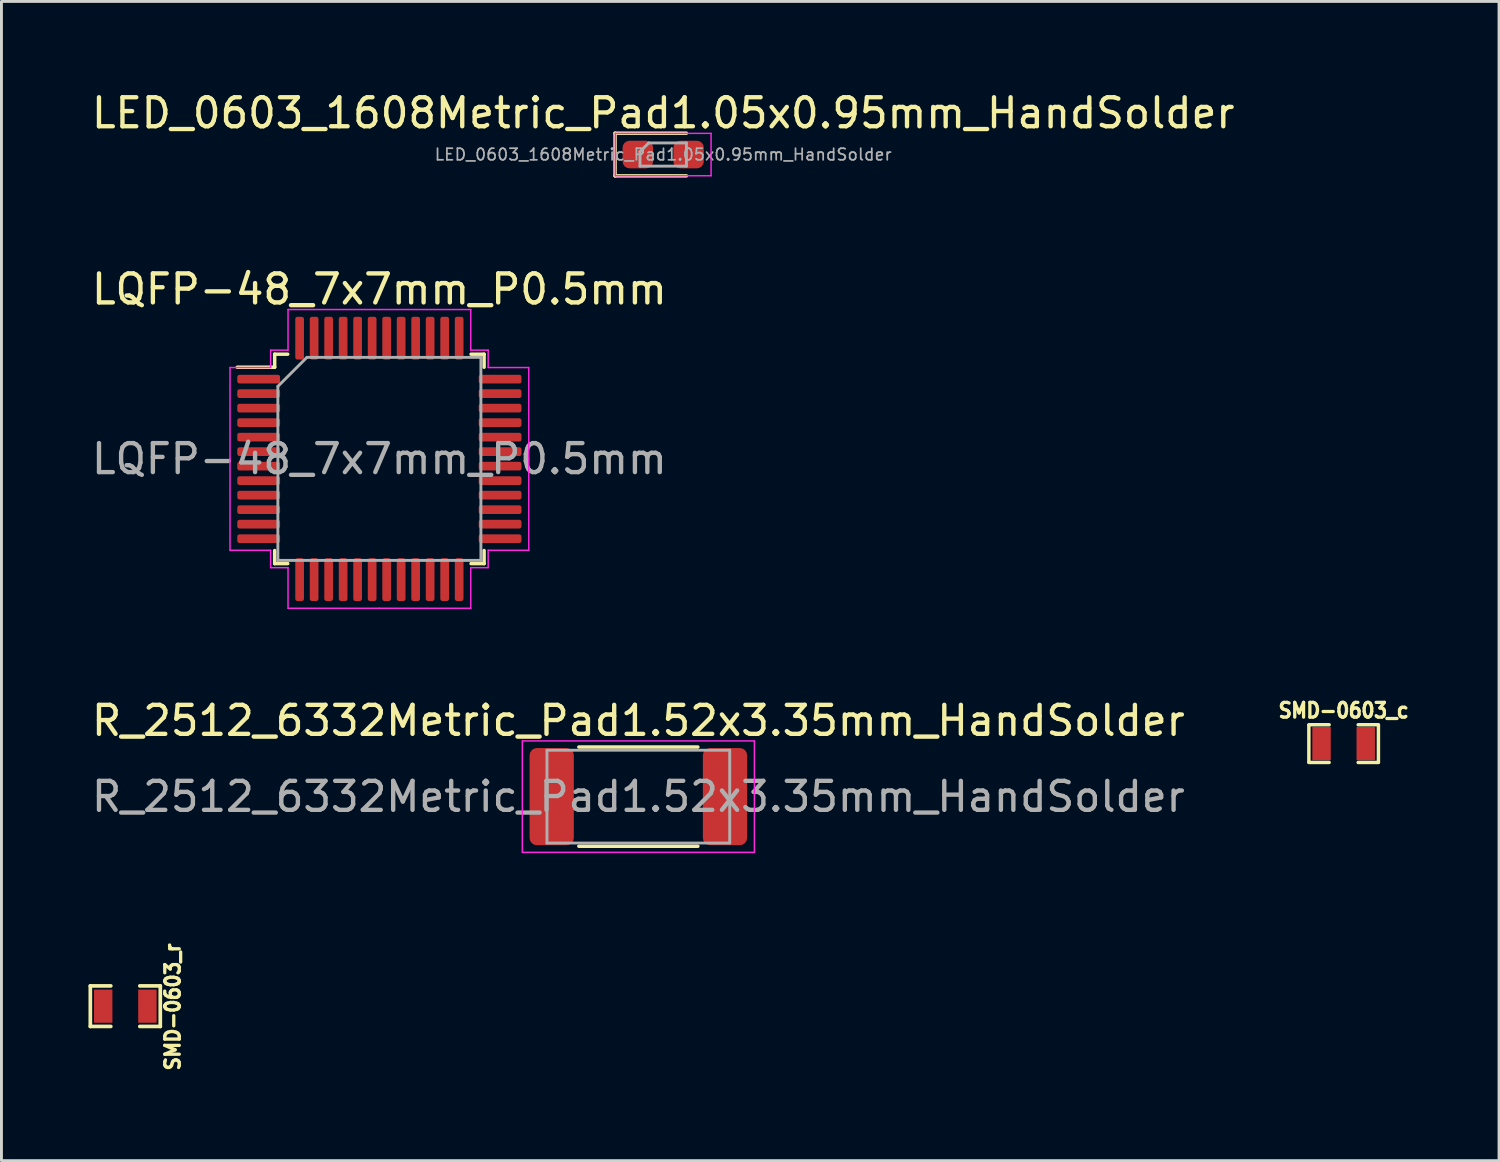
<source format=kicad_pcb>
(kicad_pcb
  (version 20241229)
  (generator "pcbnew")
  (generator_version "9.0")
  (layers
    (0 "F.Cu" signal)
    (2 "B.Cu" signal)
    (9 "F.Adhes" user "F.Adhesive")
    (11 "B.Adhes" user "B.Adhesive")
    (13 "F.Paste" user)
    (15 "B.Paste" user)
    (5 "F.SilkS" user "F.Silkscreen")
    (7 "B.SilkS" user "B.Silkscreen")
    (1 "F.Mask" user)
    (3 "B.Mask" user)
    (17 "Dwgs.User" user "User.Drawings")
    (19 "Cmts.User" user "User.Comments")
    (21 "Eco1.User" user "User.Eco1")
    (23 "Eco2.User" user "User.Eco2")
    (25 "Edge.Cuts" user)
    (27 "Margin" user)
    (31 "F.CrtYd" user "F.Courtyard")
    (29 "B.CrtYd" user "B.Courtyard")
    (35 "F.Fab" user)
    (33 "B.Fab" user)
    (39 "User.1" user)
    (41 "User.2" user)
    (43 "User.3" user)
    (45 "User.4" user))
  (footprint "R_2512_6332Metric_Pad1.52x3.35mm_HandSolder"
    (layer "F.Cu")
    (at 18.958 24.415)
    (property "Reference" "R_2512_6332Metric_Pad1.52x3.35mm_HandSolder" (at 0 -2.62 0) (layer "F.SilkS") (effects (font (size 1 1) (thickness 0.15))))
    (attr smd)
    (fp_line (start -2.052 -1.71) (end 2.052 -1.71) (stroke (width 0.12) (type solid)) (layer "F.SilkS"))
    (fp_line (start -2.052 1.71) (end 2.052 1.71) (stroke (width 0.12) (type solid)) (layer "F.SilkS"))
    (fp_line (start -4 -1.92) (end 4 -1.92) (stroke (width 0.05) (type solid)) (layer "F.CrtYd"))
    (fp_line (start -4 1.92) (end -4 -1.92) (stroke (width 0.05) (type solid)) (layer "F.CrtYd"))
    (fp_line (start 4 -1.92) (end 4 1.92) (stroke (width 0.05) (type solid)) (layer "F.CrtYd"))
    (fp_line (start 4 1.92) (end -4 1.92) (stroke (width 0.05) (type solid)) (layer "F.CrtYd"))
    (fp_line (start -3.15 -1.6) (end 3.15 -1.6) (stroke (width 0.1) (type solid)) (layer "F.Fab"))
    (fp_line (start -3.15 1.6) (end -3.15 -1.6) (stroke (width 0.1) (type solid)) (layer "F.Fab"))
    (fp_line (start 3.15 -1.6) (end 3.15 1.6) (stroke (width 0.1) (type solid)) (layer "F.Fab"))
    (fp_line (start 3.15 1.6) (end -3.15 1.6) (stroke (width 0.1) (type solid)) (layer "F.Fab"))
    (fp_text user "${REFERENCE}" (at 0 0 0) (layer "F.Fab") (effects (font (size 1 1) (thickness 0.15))))
    (pad "1" smd roundrect (at -2.987 0) (size 1.525 3.35) (layers "F.Cu" "F.Mask" "F.Paste") (roundrect_rratio 0.164))
    (pad "2" smd roundrect (at 2.987 0) (size 1.525 3.35) (layers "F.Cu" "F.Mask" "F.Paste") (roundrect_rratio 0.164)))
  (footprint "SMD-0603_r"
    (layer "F.Cu")
    (at 1.27 31.639)
    (property "Reference" "SMD-0603_r" (at 1.635 0.024 90) (layer "F.SilkS") (effects (font (size 0.5 0.457) (thickness 0.114))))
    (attr smd)
    (fp_line (start -1.206 -0.699) (end -1.206 0.699) (stroke (width 0.127) (type solid)) (layer "F.SilkS"))
    (fp_line (start -1.206 0.699) (end -0.5 0.699) (stroke (width 0.127) (type solid)) (layer "F.SilkS"))
    (fp_line (start -0.5 -0.699) (end -1.206 -0.699) (stroke (width 0.127) (type solid)) (layer "F.SilkS"))
    (fp_line (start 1.206 -0.699) (end 0.5 -0.699) (stroke (width 0.127) (type solid)) (layer "F.SilkS"))
    (fp_line (start 1.206 -0.699) (end 1.206 0.699) (stroke (width 0.127) (type solid)) (layer "F.SilkS"))
    (fp_line (start 1.206 0.699) (end 0.5 0.699) (stroke (width 0.127) (type solid)) (layer "F.SilkS"))
    (pad "1" smd rect (at -0.762 0) (size 0.635 1.143) (layers "F.Cu" "F.Mask" "F.Paste"))
    (pad "2" smd rect (at 0.762 0) (size 0.635 1.143) (layers "F.Cu" "F.Mask" "F.Paste")))
  (footprint "LED_0603_1608Metric_Pad1.05x0.95mm_HandSolder"
    (layer "F.Cu")
    (at 19.815 2.278)
    (property "Reference" "LED_0603_1608Metric_Pad1.05x0.95mm_HandSolder" (at 0 -1.43 0) (layer "F.SilkS") (effects (font (size 1 1) (thickness 0.15))))
    (attr smd)
    (fp_line (start -1.66 -0.735) (end -1.66 0.735) (stroke (width 0.12) (type solid)) (layer "F.SilkS"))
    (fp_line (start -1.66 0.735) (end 0.8 0.735) (stroke (width 0.12) (type solid)) (layer "F.SilkS"))
    (fp_line (start 0.8 -0.735) (end -1.66 -0.735) (stroke (width 0.12) (type solid)) (layer "F.SilkS"))
    (fp_line (start -1.65 -0.73) (end 1.65 -0.73) (stroke (width 0.05) (type solid)) (layer "F.CrtYd"))
    (fp_line (start -1.65 0.73) (end -1.65 -0.73) (stroke (width 0.05) (type solid)) (layer "F.CrtYd"))
    (fp_line (start 1.65 -0.73) (end 1.65 0.73) (stroke (width 0.05) (type solid)) (layer "F.CrtYd"))
    (fp_line (start 1.65 0.73) (end -1.65 0.73) (stroke (width 0.05) (type solid)) (layer "F.CrtYd"))
    (fp_line (start -0.8 -0.1) (end -0.8 0.4) (stroke (width 0.1) (type solid)) (layer "F.Fab"))
    (fp_line (start -0.8 0.4) (end 0.8 0.4) (stroke (width 0.1) (type solid)) (layer "F.Fab"))
    (fp_line (start -0.5 -0.4) (end -0.8 -0.1) (stroke (width 0.1) (type solid)) (layer "F.Fab"))
    (fp_line (start 0.8 -0.4) (end -0.5 -0.4) (stroke (width 0.1) (type solid)) (layer "F.Fab"))
    (fp_line (start 0.8 0.4) (end 0.8 -0.4) (stroke (width 0.1) (type solid)) (layer "F.Fab"))
    (fp_text user "${REFERENCE}" (at 0 0 0) (layer "F.Fab") (effects (font (size 0.4 0.4) (thickness 0.06))))
    (pad "1" smd roundrect (at -0.875 0) (size 1.05 0.95) (layers "F.Cu" "F.Mask" "F.Paste") (roundrect_rratio 0.25))
    (pad "2" smd roundrect (at 0.875 0) (size 1.05 0.95) (layers "F.Cu" "F.Mask" "F.Paste") (roundrect_rratio 0.25)))
  (footprint "LQFP-48_7x7mm_P0.5mm"
    (layer "F.Cu")
    (at 10.03 12.771)
    (property "Reference" "LQFP-48_7x7mm_P0.5mm" (at 0 -5.85 0) (layer "F.SilkS") (effects (font (size 1 1) (thickness 0.15))))
    (attr smd)
    (fp_line (start -3.61 -3.61) (end -3.61 -3.16) (stroke (width 0.12) (type solid)) (layer "F.SilkS"))
    (fp_line (start -3.61 -3.16) (end -4.9 -3.16) (stroke (width 0.12) (type solid)) (layer "F.SilkS"))
    (fp_line (start -3.61 3.61) (end -3.61 3.16) (stroke (width 0.12) (type solid)) (layer "F.SilkS"))
    (fp_line (start -3.16 -3.61) (end -3.61 -3.61) (stroke (width 0.12) (type solid)) (layer "F.SilkS"))
    (fp_line (start -3.16 3.61) (end -3.61 3.61) (stroke (width 0.12) (type solid)) (layer "F.SilkS"))
    (fp_line (start 3.16 -3.61) (end 3.61 -3.61) (stroke (width 0.12) (type solid)) (layer "F.SilkS"))
    (fp_line (start 3.16 3.61) (end 3.61 3.61) (stroke (width 0.12) (type solid)) (layer "F.SilkS"))
    (fp_line (start 3.61 -3.61) (end 3.61 -3.16) (stroke (width 0.12) (type solid)) (layer "F.SilkS"))
    (fp_line (start 3.61 3.61) (end 3.61 3.16) (stroke (width 0.12) (type solid)) (layer "F.SilkS"))
    (fp_line (start -5.15 -3.15) (end -5.15 0) (stroke (width 0.05) (type solid)) (layer "F.CrtYd"))
    (fp_line (start -5.15 3.15) (end -5.15 0) (stroke (width 0.05) (type solid)) (layer "F.CrtYd"))
    (fp_line (start -3.75 -3.75) (end -3.75 -3.15) (stroke (width 0.05) (type solid)) (layer "F.CrtYd"))
    (fp_line (start -3.75 -3.15) (end -5.15 -3.15) (stroke (width 0.05) (type solid)) (layer "F.CrtYd"))
    (fp_line (start -3.75 3.15) (end -5.15 3.15) (stroke (width 0.05) (type solid)) (layer "F.CrtYd"))
    (fp_line (start -3.75 3.75) (end -3.75 3.15) (stroke (width 0.05) (type solid)) (layer "F.CrtYd"))
    (fp_line (start -3.15 -5.15) (end -3.15 -3.75) (stroke (width 0.05) (type solid)) (layer "F.CrtYd"))
    (fp_line (start -3.15 -3.75) (end -3.75 -3.75) (stroke (width 0.05) (type solid)) (layer "F.CrtYd"))
    (fp_line (start -3.15 3.75) (end -3.75 3.75) (stroke (width 0.05) (type solid)) (layer "F.CrtYd"))
    (fp_line (start -3.15 5.15) (end -3.15 3.75) (stroke (width 0.05) (type solid)) (layer "F.CrtYd"))
    (fp_line (start 0 -5.15) (end -3.15 -5.15) (stroke (width 0.05) (type solid)) (layer "F.CrtYd"))
    (fp_line (start 0 -5.15) (end 3.15 -5.15) (stroke (width 0.05) (type solid)) (layer "F.CrtYd"))
    (fp_line (start 0 5.15) (end -3.15 5.15) (stroke (width 0.05) (type solid)) (layer "F.CrtYd"))
    (fp_line (start 0 5.15) (end 3.15 5.15) (stroke (width 0.05) (type solid)) (layer "F.CrtYd"))
    (fp_line (start 3.15 -5.15) (end 3.15 -3.75) (stroke (width 0.05) (type solid)) (layer "F.CrtYd"))
    (fp_line (start 3.15 -3.75) (end 3.75 -3.75) (stroke (width 0.05) (type solid)) (layer "F.CrtYd"))
    (fp_line (start 3.15 3.75) (end 3.75 3.75) (stroke (width 0.05) (type solid)) (layer "F.CrtYd"))
    (fp_line (start 3.15 5.15) (end 3.15 3.75) (stroke (width 0.05) (type solid)) (layer "F.CrtYd"))
    (fp_line (start 3.75 -3.75) (end 3.75 -3.15) (stroke (width 0.05) (type solid)) (layer "F.CrtYd"))
    (fp_line (start 3.75 -3.15) (end 5.15 -3.15) (stroke (width 0.05) (type solid)) (layer "F.CrtYd"))
    (fp_line (start 3.75 3.15) (end 5.15 3.15) (stroke (width 0.05) (type solid)) (layer "F.CrtYd"))
    (fp_line (start 3.75 3.75) (end 3.75 3.15) (stroke (width 0.05) (type solid)) (layer "F.CrtYd"))
    (fp_line (start 5.15 -3.15) (end 5.15 0) (stroke (width 0.05) (type solid)) (layer "F.CrtYd"))
    (fp_line (start 5.15 3.15) (end 5.15 0) (stroke (width 0.05) (type solid)) (layer "F.CrtYd"))
    (fp_line (start -3.5 -2.5) (end -2.5 -3.5) (stroke (width 0.1) (type solid)) (layer "F.Fab"))
    (fp_line (start -3.5 3.5) (end -3.5 -2.5) (stroke (width 0.1) (type solid)) (layer "F.Fab"))
    (fp_line (start -2.5 -3.5) (end 3.5 -3.5) (stroke (width 0.1) (type solid)) (layer "F.Fab"))
    (fp_line (start 3.5 -3.5) (end 3.5 3.5) (stroke (width 0.1) (type solid)) (layer "F.Fab"))
    (fp_line (start 3.5 3.5) (end -3.5 3.5) (stroke (width 0.1) (type solid)) (layer "F.Fab"))
    (fp_text user "${REFERENCE}" (at 0 0 0) (layer "F.Fab") (effects (font (size 1 1) (thickness 0.15))))
    (pad "1" smd roundrect (at -4.162 -2.75) (size 1.475 0.3) (layers "F.Cu" "F.Mask" "F.Paste") (roundrect_rratio 0.25))
    (pad "2" smd roundrect (at -4.162 -2.25) (size 1.475 0.3) (layers "F.Cu" "F.Mask" "F.Paste") (roundrect_rratio 0.25))
    (pad "3" smd roundrect (at -4.162 -1.75) (size 1.475 0.3) (layers "F.Cu" "F.Mask" "F.Paste") (roundrect_rratio 0.25))
    (pad "4" smd roundrect (at -4.162 -1.25) (size 1.475 0.3) (layers "F.Cu" "F.Mask" "F.Paste") (roundrect_rratio 0.25))
    (pad "5" smd roundrect (at -4.162 -0.75) (size 1.475 0.3) (layers "F.Cu" "F.Mask" "F.Paste") (roundrect_rratio 0.25))
    (pad "6" smd roundrect (at -4.162 -0.25) (size 1.475 0.3) (layers "F.Cu" "F.Mask" "F.Paste") (roundrect_rratio 0.25))
    (pad "7" smd roundrect (at -4.162 0.25) (size 1.475 0.3) (layers "F.Cu" "F.Mask" "F.Paste") (roundrect_rratio 0.25))
    (pad "8" smd roundrect (at -4.162 0.75) (size 1.475 0.3) (layers "F.Cu" "F.Mask" "F.Paste") (roundrect_rratio 0.25))
    (pad "9" smd roundrect (at -4.162 1.25) (size 1.475 0.3) (layers "F.Cu" "F.Mask" "F.Paste") (roundrect_rratio 0.25))
    (pad "10" smd roundrect (at -4.162 1.75) (size 1.475 0.3) (layers "F.Cu" "F.Mask" "F.Paste") (roundrect_rratio 0.25))
    (pad "11" smd roundrect (at -4.162 2.25) (size 1.475 0.3) (layers "F.Cu" "F.Mask" "F.Paste") (roundrect_rratio 0.25))
    (pad "12" smd roundrect (at -4.162 2.75) (size 1.475 0.3) (layers "F.Cu" "F.Mask" "F.Paste") (roundrect_rratio 0.25))
    (pad "13" smd roundrect (at -2.75 4.162) (size 0.3 1.475) (layers "F.Cu" "F.Mask" "F.Paste") (roundrect_rratio 0.25))
    (pad "14" smd roundrect (at -2.25 4.162) (size 0.3 1.475) (layers "F.Cu" "F.Mask" "F.Paste") (roundrect_rratio 0.25))
    (pad "15" smd roundrect (at -1.75 4.162) (size 0.3 1.475) (layers "F.Cu" "F.Mask" "F.Paste") (roundrect_rratio 0.25))
    (pad "16" smd roundrect (at -1.25 4.162) (size 0.3 1.475) (layers "F.Cu" "F.Mask" "F.Paste") (roundrect_rratio 0.25))
    (pad "17" smd roundrect (at -0.75 4.162) (size 0.3 1.475) (layers "F.Cu" "F.Mask" "F.Paste") (roundrect_rratio 0.25))
    (pad "18" smd roundrect (at -0.25 4.162) (size 0.3 1.475) (layers "F.Cu" "F.Mask" "F.Paste") (roundrect_rratio 0.25))
    (pad "19" smd roundrect (at 0.25 4.162) (size 0.3 1.475) (layers "F.Cu" "F.Mask" "F.Paste") (roundrect_rratio 0.25))
    (pad "20" smd roundrect (at 0.75 4.162) (size 0.3 1.475) (layers "F.Cu" "F.Mask" "F.Paste") (roundrect_rratio 0.25))
    (pad "21" smd roundrect (at 1.25 4.162) (size 0.3 1.475) (layers "F.Cu" "F.Mask" "F.Paste") (roundrect_rratio 0.25))
    (pad "22" smd roundrect (at 1.75 4.162) (size 0.3 1.475) (layers "F.Cu" "F.Mask" "F.Paste") (roundrect_rratio 0.25))
    (pad "23" smd roundrect (at 2.25 4.162) (size 0.3 1.475) (layers "F.Cu" "F.Mask" "F.Paste") (roundrect_rratio 0.25))
    (pad "24" smd roundrect (at 2.75 4.162) (size 0.3 1.475) (layers "F.Cu" "F.Mask" "F.Paste") (roundrect_rratio 0.25))
    (pad "25" smd roundrect (at 4.162 2.75) (size 1.475 0.3) (layers "F.Cu" "F.Mask" "F.Paste") (roundrect_rratio 0.25))
    (pad "26" smd roundrect (at 4.162 2.25) (size 1.475 0.3) (layers "F.Cu" "F.Mask" "F.Paste") (roundrect_rratio 0.25))
    (pad "27" smd roundrect (at 4.162 1.75) (size 1.475 0.3) (layers "F.Cu" "F.Mask" "F.Paste") (roundrect_rratio 0.25))
    (pad "28" smd roundrect (at 4.162 1.25) (size 1.475 0.3) (layers "F.Cu" "F.Mask" "F.Paste") (roundrect_rratio 0.25))
    (pad "29" smd roundrect (at 4.162 0.75) (size 1.475 0.3) (layers "F.Cu" "F.Mask" "F.Paste") (roundrect_rratio 0.25))
    (pad "30" smd roundrect (at 4.162 0.25) (size 1.475 0.3) (layers "F.Cu" "F.Mask" "F.Paste") (roundrect_rratio 0.25))
    (pad "31" smd roundrect (at 4.162 -0.25) (size 1.475 0.3) (layers "F.Cu" "F.Mask" "F.Paste") (roundrect_rratio 0.25))
    (pad "32" smd roundrect (at 4.162 -0.75) (size 1.475 0.3) (layers "F.Cu" "F.Mask" "F.Paste") (roundrect_rratio 0.25))
    (pad "33" smd roundrect (at 4.162 -1.25) (size 1.475 0.3) (layers "F.Cu" "F.Mask" "F.Paste") (roundrect_rratio 0.25))
    (pad "34" smd roundrect (at 4.162 -1.75) (size 1.475 0.3) (layers "F.Cu" "F.Mask" "F.Paste") (roundrect_rratio 0.25))
    (pad "35" smd roundrect (at 4.162 -2.25) (size 1.475 0.3) (layers "F.Cu" "F.Mask" "F.Paste") (roundrect_rratio 0.25))
    (pad "36" smd roundrect (at 4.162 -2.75) (size 1.475 0.3) (layers "F.Cu" "F.Mask" "F.Paste") (roundrect_rratio 0.25))
    (pad "37" smd roundrect (at 2.75 -4.162) (size 0.3 1.475) (layers "F.Cu" "F.Mask" "F.Paste") (roundrect_rratio 0.25))
    (pad "38" smd roundrect (at 2.25 -4.162) (size 0.3 1.475) (layers "F.Cu" "F.Mask" "F.Paste") (roundrect_rratio 0.25))
    (pad "39" smd roundrect (at 1.75 -4.162) (size 0.3 1.475) (layers "F.Cu" "F.Mask" "F.Paste") (roundrect_rratio 0.25))
    (pad "40" smd roundrect (at 1.25 -4.162) (size 0.3 1.475) (layers "F.Cu" "F.Mask" "F.Paste") (roundrect_rratio 0.25))
    (pad "41" smd roundrect (at 0.75 -4.162) (size 0.3 1.475) (layers "F.Cu" "F.Mask" "F.Paste") (roundrect_rratio 0.25))
    (pad "42" smd roundrect (at 0.25 -4.162) (size 0.3 1.475) (layers "F.Cu" "F.Mask" "F.Paste") (roundrect_rratio 0.25))
    (pad "43" smd roundrect (at -0.25 -4.162) (size 0.3 1.475) (layers "F.Cu" "F.Mask" "F.Paste") (roundrect_rratio 0.25))
    (pad "44" smd roundrect (at -0.75 -4.162) (size 0.3 1.475) (layers "F.Cu" "F.Mask" "F.Paste") (roundrect_rratio 0.25))
    (pad "45" smd roundrect (at -1.25 -4.162) (size 0.3 1.475) (layers "F.Cu" "F.Mask" "F.Paste") (roundrect_rratio 0.25))
    (pad "46" smd roundrect (at -1.75 -4.162) (size 0.3 1.475) (layers "F.Cu" "F.Mask" "F.Paste") (roundrect_rratio 0.25))
    (pad "47" smd roundrect (at -2.25 -4.162) (size 0.3 1.475) (layers "F.Cu" "F.Mask" "F.Paste") (roundrect_rratio 0.25))
    (pad "48" smd roundrect (at -2.75 -4.162) (size 0.3 1.475) (layers "F.Cu" "F.Mask" "F.Paste") (roundrect_rratio 0.25)))
  (footprint "SMD-0603_c"
    (layer "F.Cu")
    (at 43.274 22.587)
    (property "Reference" "SMD-0603_c" (at 0 -1.143 0) (layer "F.SilkS") (effects (font (size 0.508 0.457) (thickness 0.114))))
    (attr smd)
    (fp_line (start -1.199 -0.65) (end -0.5 -0.65) (stroke (width 0.119) (type solid)) (layer "F.SilkS"))
    (fp_line (start -1.199 0.635) (end -1.199 -0.635) (stroke (width 0.119) (type solid)) (layer "F.SilkS"))
    (fp_line (start -0.5 0.65) (end -1.199 0.65) (stroke (width 0.119) (type solid)) (layer "F.SilkS"))
    (fp_line (start 0.5 -0.65) (end 1.199 -0.65) (stroke (width 0.119) (type solid)) (layer "F.SilkS"))
    (fp_line (start 0.5 0.65) (end 1.199 0.65) (stroke (width 0.119) (type solid)) (layer "F.SilkS"))
    (fp_line (start 1.199 -0.635) (end 1.199 0.635) (stroke (width 0.119) (type solid)) (layer "F.SilkS"))
    (pad "1" smd rect (at -0.762 0) (size 0.635 1.143) (layers "F.Cu" "F.Mask" "F.Paste"))
    (pad "2" smd rect (at 0.762 0) (size 0.635 1.143) (layers "F.Cu" "F.Mask" "F.Paste")))
  (gr_rect
    (start -3 -3)
    (end 48.631 36.965)
    (stroke (width 0.1) (type default))
    (fill no)
    (layer "Edge.Cuts")))
</source>
